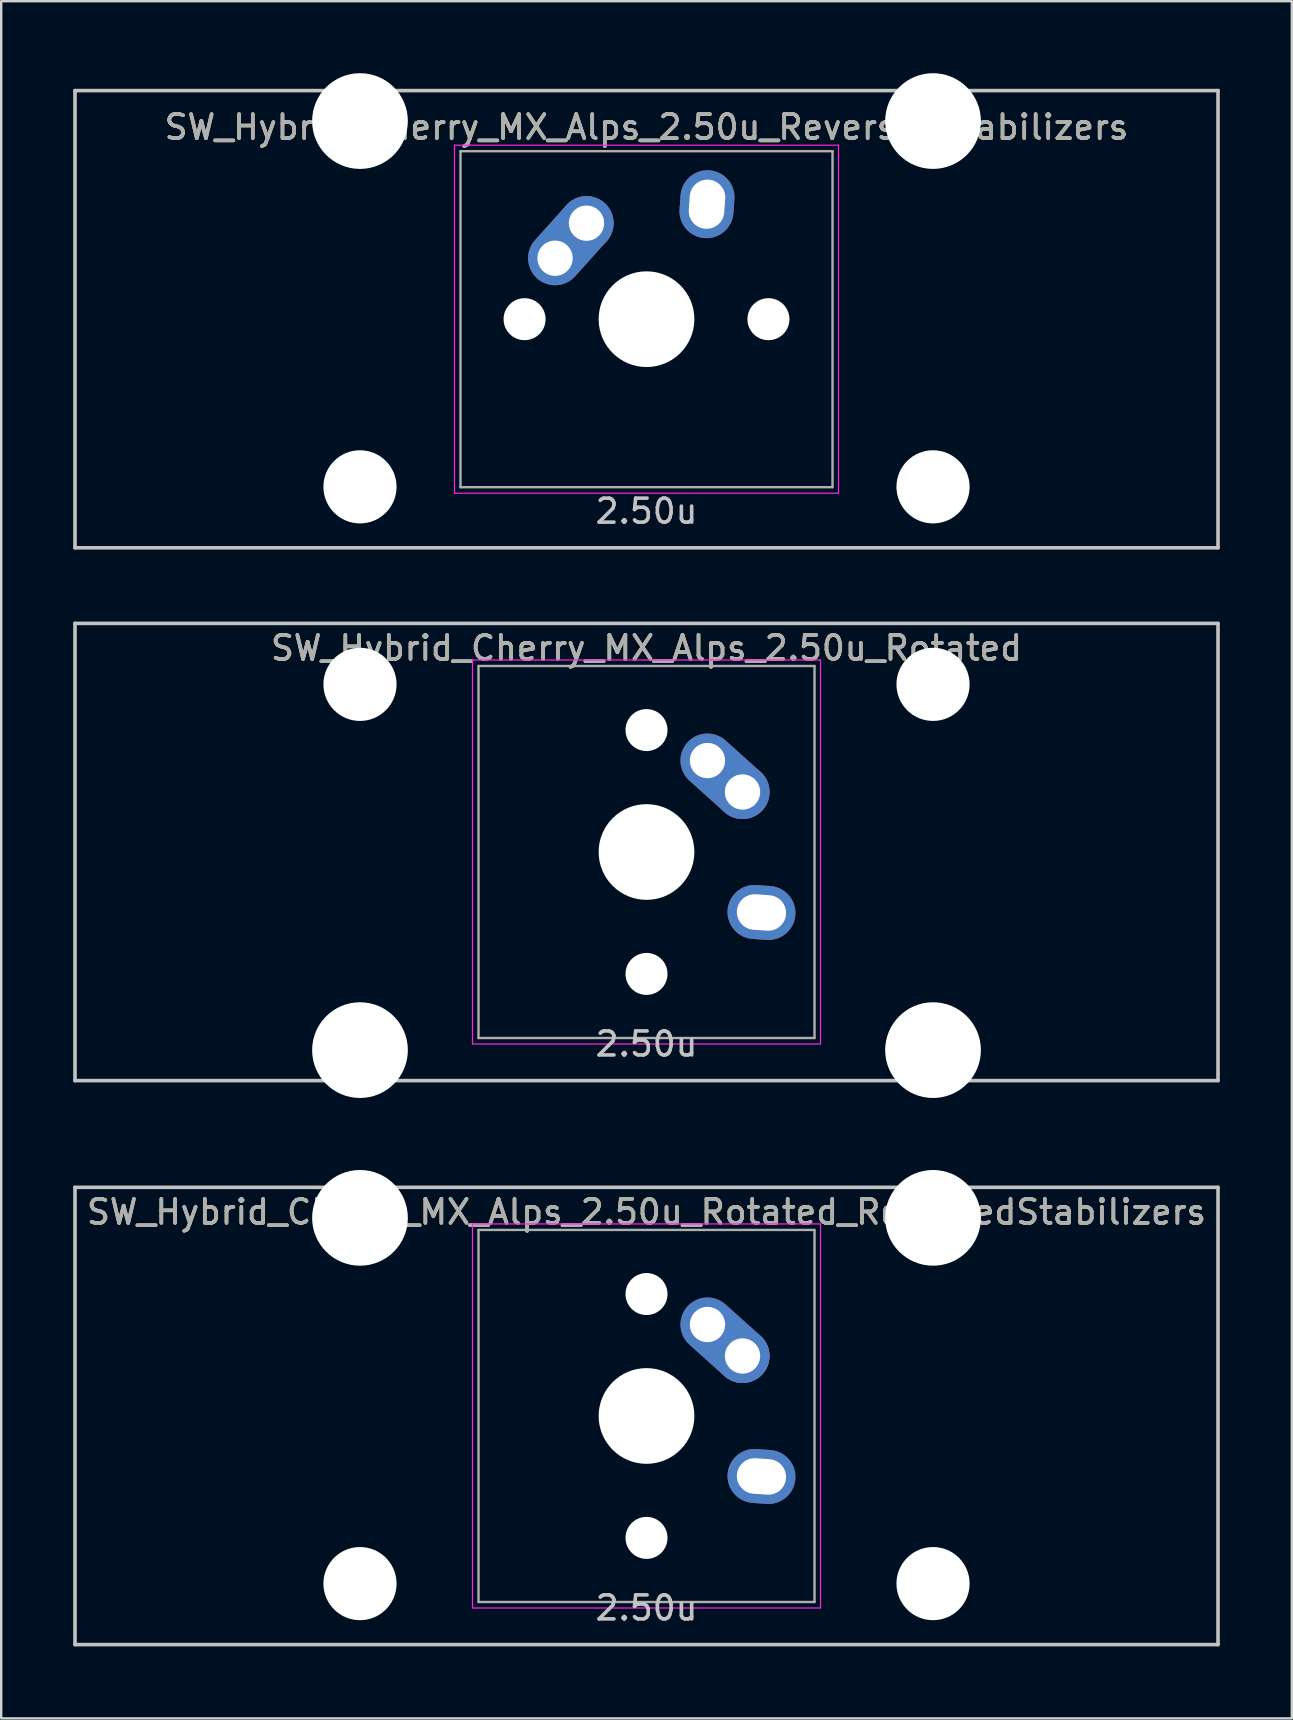
<source format=kicad_pcb>
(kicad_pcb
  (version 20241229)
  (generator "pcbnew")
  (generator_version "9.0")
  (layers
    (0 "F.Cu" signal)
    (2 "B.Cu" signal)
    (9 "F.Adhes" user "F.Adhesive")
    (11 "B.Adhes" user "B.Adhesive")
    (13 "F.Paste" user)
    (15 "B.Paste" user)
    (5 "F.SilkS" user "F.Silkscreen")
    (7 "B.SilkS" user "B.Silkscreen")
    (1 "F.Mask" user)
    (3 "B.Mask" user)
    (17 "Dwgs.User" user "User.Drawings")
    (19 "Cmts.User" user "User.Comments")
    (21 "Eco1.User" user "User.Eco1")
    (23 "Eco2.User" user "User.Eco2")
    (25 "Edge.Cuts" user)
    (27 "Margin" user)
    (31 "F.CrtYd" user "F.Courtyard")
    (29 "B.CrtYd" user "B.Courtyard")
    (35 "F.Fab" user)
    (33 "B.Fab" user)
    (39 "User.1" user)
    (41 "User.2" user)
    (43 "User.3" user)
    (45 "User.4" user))
  (footprint "SW_Hybrid_Cherry_MX_Alps_2.50u_Rotated"
    (layer "F.Cu")
    (at 23.887 32.449)
    (property "Reference" "SW_Hybrid_Cherry_MX_Alps_2.50u_Rotated" (at 0 -8.5 0) (layer "F.SilkS") (effects (font (size 1 1) (thickness 0.15))))
    (attr through_hole)
    (fp_line (start -23.812 -9.525) (end 23.812 -9.525) (stroke (width 0.15) (type solid)) (layer "Dwgs.User"))
    (fp_line (start -23.812 9.525) (end -23.812 -9.525) (stroke (width 0.15) (type solid)) (layer "Dwgs.User"))
    (fp_line (start -23.812 9.525) (end 23.812 9.525) (stroke (width 0.15) (type solid)) (layer "Dwgs.User"))
    (fp_line (start 23.812 -9.525) (end 23.812 9.525) (stroke (width 0.15) (type solid)) (layer "Dwgs.User"))
    (fp_line (start -7.25 -8) (end 7.25 -8) (stroke (width 0.05) (type solid)) (layer "F.CrtYd"))
    (fp_line (start -7.25 8) (end -7.25 -8) (stroke (width 0.05) (type solid)) (layer "F.CrtYd"))
    (fp_line (start 7.25 -8) (end 7.25 8) (stroke (width 0.05) (type solid)) (layer "F.CrtYd"))
    (fp_line (start 7.25 8) (end -7.25 8) (stroke (width 0.05) (type solid)) (layer "F.CrtYd"))
    (fp_line (start -7 -7.75) (end 7 -7.75) (stroke (width 0.1) (type solid)) (layer "F.Fab"))
    (fp_line (start -7 7.75) (end -7 -7.75) (stroke (width 0.1) (type solid)) (layer "F.Fab"))
    (fp_line (start 7 -7.75) (end 7 7.75) (stroke (width 0.1) (type solid)) (layer "F.Fab"))
    (fp_line (start 7 7.75) (end -7 7.75) (stroke (width 0.1) (type solid)) (layer "F.Fab"))
    (fp_text user "2.50u" (at 0 8 0) (layer "Dwgs.User") (effects (font (size 1 1) (thickness 0.15))))
    (fp_text user "${REFERENCE}" (at 0 -8.5 0) (layer "F.Fab") (effects (font (size 1 1) (thickness 0.15))))
    (pad "" np_thru_hole circle (at -11.938 -6.985) (size 3.048 3.048) (drill 3.048) (layers "*.Cu" "*.Mask"))
    (pad "" np_thru_hole circle (at -11.938 8.255) (size 3.988 3.988) (drill 3.988) (layers "*.Cu" "*.Mask"))
    (pad "" np_thru_hole circle (at 0 -5.08 318.1) (size 1.75 1.75) (drill 1.75) (layers "*.Cu" "*.Mask"))
    (pad "" np_thru_hole circle (at 0 0 270) (size 3.988 3.988) (drill 3.988) (layers "*.Cu" "*.Mask"))
    (pad "" np_thru_hole circle (at 0 5.08 318.1) (size 1.75 1.75) (drill 1.75) (layers "*.Cu" "*.Mask"))
    (pad "" np_thru_hole circle (at 11.938 -6.985) (size 3.048 3.048) (drill 3.048) (layers "*.Cu" "*.Mask"))
    (pad "" np_thru_hole circle (at 11.938 8.255) (size 3.988 3.988) (drill 3.988) (layers "*.Cu" "*.Mask"))
    (pad "1" thru_hole oval (at 2.54 -3.81 318.1) (size 4.212 2.25) (drill 1.47 (offset 0.981 0)) (layers "*.Cu" "B.Mask"))
    (pad "1" thru_hole circle (at 4 -2.5 270) (size 2.25 2.25) (drill 1.47) (layers "*.Cu" "B.Mask"))
    (pad "2" thru_hole oval (at 4.79 2.52 356) (size 2.831 2.25) (drill oval 2.051 1.48) (layers "*.Cu" "B.Mask")))
  (footprint "SW_Hybrid_Cherry_MX_Alps_2.50u_Rotated_ReversedStabilizers"
    (layer "F.Cu")
    (at 23.887 55.947)
    (property "Reference" "SW_Hybrid_Cherry_MX_Alps_2.50u_Rotated_ReversedStabilizers" (at 0 -8.5 0) (layer "F.SilkS") (effects (font (size 1 1) (thickness 0.15))))
    (attr through_hole)
    (fp_line (start -23.812 -9.525) (end 23.812 -9.525) (stroke (width 0.15) (type solid)) (layer "Dwgs.User"))
    (fp_line (start -23.812 9.525) (end -23.812 -9.525) (stroke (width 0.15) (type solid)) (layer "Dwgs.User"))
    (fp_line (start -23.812 9.525) (end 23.812 9.525) (stroke (width 0.15) (type solid)) (layer "Dwgs.User"))
    (fp_line (start 23.812 -9.525) (end 23.812 9.525) (stroke (width 0.15) (type solid)) (layer "Dwgs.User"))
    (fp_line (start -7.25 -8) (end 7.25 -8) (stroke (width 0.05) (type solid)) (layer "F.CrtYd"))
    (fp_line (start -7.25 8) (end -7.25 -8) (stroke (width 0.05) (type solid)) (layer "F.CrtYd"))
    (fp_line (start 7.25 -8) (end 7.25 8) (stroke (width 0.05) (type solid)) (layer "F.CrtYd"))
    (fp_line (start 7.25 8) (end -7.25 8) (stroke (width 0.05) (type solid)) (layer "F.CrtYd"))
    (fp_line (start -7 -7.75) (end 7 -7.75) (stroke (width 0.1) (type solid)) (layer "F.Fab"))
    (fp_line (start -7 7.75) (end -7 -7.75) (stroke (width 0.1) (type solid)) (layer "F.Fab"))
    (fp_line (start 7 -7.75) (end 7 7.75) (stroke (width 0.1) (type solid)) (layer "F.Fab"))
    (fp_line (start 7 7.75) (end -7 7.75) (stroke (width 0.1) (type solid)) (layer "F.Fab"))
    (fp_text user "2.50u" (at 0 8 0) (layer "Dwgs.User") (effects (font (size 1 1) (thickness 0.15))))
    (fp_text user "${REFERENCE}" (at 0 -8.5 0) (layer "F.Fab") (effects (font (size 1 1) (thickness 0.15))))
    (pad "" np_thru_hole circle (at -11.938 -8.255) (size 3.988 3.988) (drill 3.988) (layers "*.Cu" "*.Mask"))
    (pad "" np_thru_hole circle (at -11.938 6.985) (size 3.048 3.048) (drill 3.048) (layers "*.Cu" "*.Mask"))
    (pad "" np_thru_hole circle (at 0 -5.08 318.1) (size 1.75 1.75) (drill 1.75) (layers "*.Cu" "*.Mask"))
    (pad "" np_thru_hole circle (at 0 0 270) (size 3.988 3.988) (drill 3.988) (layers "*.Cu" "*.Mask"))
    (pad "" np_thru_hole circle (at 0 5.08 318.1) (size 1.75 1.75) (drill 1.75) (layers "*.Cu" "*.Mask"))
    (pad "" np_thru_hole circle (at 11.938 -8.255) (size 3.988 3.988) (drill 3.988) (layers "*.Cu" "*.Mask"))
    (pad "" np_thru_hole circle (at 11.938 6.985) (size 3.048 3.048) (drill 3.048) (layers "*.Cu" "*.Mask"))
    (pad "1" thru_hole oval (at 2.54 -3.81 318.1) (size 4.212 2.25) (drill 1.47 (offset 0.981 0)) (layers "*.Cu" "B.Mask"))
    (pad "1" thru_hole circle (at 4 -2.5 270) (size 2.25 2.25) (drill 1.47) (layers "*.Cu" "B.Mask"))
    (pad "2" thru_hole oval (at 4.79 2.52 356) (size 2.831 2.25) (drill oval 2.051 1.48) (layers "*.Cu" "B.Mask")))
  (footprint "SW_Hybrid_Cherry_MX_Alps_2.50u_ReversedStabilizers"
    (layer "F.Cu")
    (at 23.887 10.249)
    (property "Reference" "SW_Hybrid_Cherry_MX_Alps_2.50u_ReversedStabilizers" (at 0 -8 0) (layer "F.SilkS") (effects (font (size 1 1) (thickness 0.15))))
    (attr through_hole)
    (fp_line (start -23.812 -9.525) (end 23.812 -9.525) (stroke (width 0.15) (type solid)) (layer "Dwgs.User"))
    (fp_line (start -23.812 9.525) (end -23.812 -9.525) (stroke (width 0.15) (type solid)) (layer "Dwgs.User"))
    (fp_line (start -23.812 9.525) (end 23.812 9.525) (stroke (width 0.15) (type solid)) (layer "Dwgs.User"))
    (fp_line (start 23.812 -9.525) (end 23.812 9.525) (stroke (width 0.15) (type solid)) (layer "Dwgs.User"))
    (fp_line (start -8 -7.25) (end 8 -7.25) (stroke (width 0.05) (type solid)) (layer "F.CrtYd"))
    (fp_line (start -8 7.25) (end -8 -7.25) (stroke (width 0.05) (type solid)) (layer "F.CrtYd"))
    (fp_line (start 8 -7.25) (end 8 7.25) (stroke (width 0.05) (type solid)) (layer "F.CrtYd"))
    (fp_line (start 8 7.25) (end -8 7.25) (stroke (width 0.05) (type solid)) (layer "F.CrtYd"))
    (fp_line (start -7.75 -7) (end 7.75 -7) (stroke (width 0.1) (type solid)) (layer "F.Fab"))
    (fp_line (start -7.75 7) (end -7.75 -7) (stroke (width 0.1) (type solid)) (layer "F.Fab"))
    (fp_line (start 7.75 -7) (end 7.75 7) (stroke (width 0.1) (type solid)) (layer "F.Fab"))
    (fp_line (start 7.75 7) (end -7.75 7) (stroke (width 0.1) (type solid)) (layer "F.Fab"))
    (fp_text user "2.50u" (at 0 8 0) (layer "Dwgs.User") (effects (font (size 1 1) (thickness 0.15))))
    (fp_text user "${REFERENCE}" (at 0 -8 0) (layer "F.Fab") (effects (font (size 1 1) (thickness 0.15))))
    (pad "" np_thru_hole circle (at -11.938 -8.255) (size 3.988 3.988) (drill 3.988) (layers "*.Cu" "*.Mask"))
    (pad "" np_thru_hole circle (at -11.938 6.985) (size 3.048 3.048) (drill 3.048) (layers "*.Cu" "*.Mask"))
    (pad "" np_thru_hole circle (at -5.08 0 48.1) (size 1.75 1.75) (drill 1.75) (layers "*.Cu" "*.Mask"))
    (pad "" np_thru_hole circle (at 0 0) (size 3.988 3.988) (drill 3.988) (layers "*.Cu" "*.Mask"))
    (pad "" np_thru_hole circle (at 5.08 0 48.1) (size 1.75 1.75) (drill 1.75) (layers "*.Cu" "*.Mask"))
    (pad "" np_thru_hole circle (at 11.938 -8.255) (size 3.988 3.988) (drill 3.988) (layers "*.Cu" "*.Mask"))
    (pad "" np_thru_hole circle (at 11.938 6.985) (size 3.048 3.048) (drill 3.048) (layers "*.Cu" "*.Mask"))
    (pad "1" thru_hole oval (at -3.81 -2.54 48.1) (size 4.212 2.25) (drill 1.47 (offset 0.981 0)) (layers "*.Cu" "B.Mask"))
    (pad "1" thru_hole circle (at -2.5 -4) (size 2.25 2.25) (drill 1.47) (layers "*.Cu" "B.Mask"))
    (pad "2" thru_hole oval (at 2.52 -4.79 86) (size 2.831 2.25) (drill oval 2.051 1.48) (layers "*.Cu" "B.Mask")))
  (gr_rect
    (start -3 -3)
    (end 50.775 68.547)
    (stroke (width 0.1) (type default))
    (fill no)
    (layer "Edge.Cuts")))
</source>
